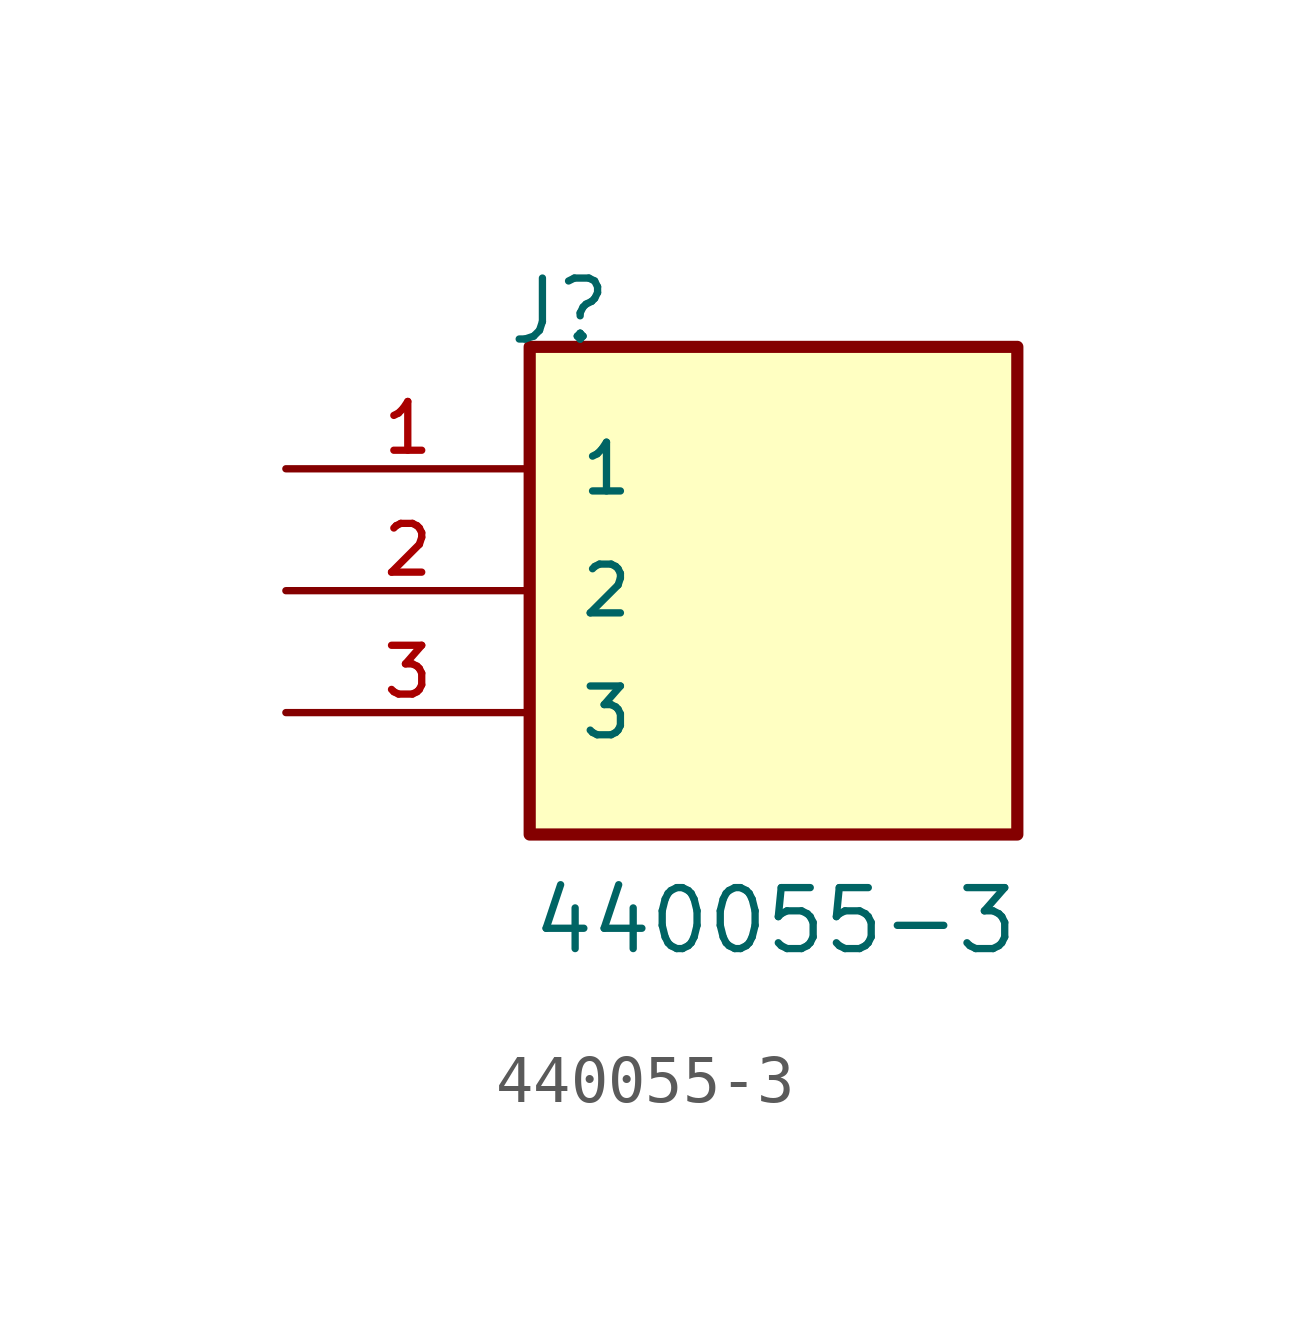
<source format=kicad_sym>
(kicad_symbol_lib
  (version 20211014)
  (generator kicad_symbol_editor)
  (symbol "440055-3"
    (pin_names
      (offset 1.016))
    (property "Reference" "J"
      (at -5.58 5.08 0)
      (effects (font (size 1.27 1.27)) (justify bottom left)))
    (property "Value" "440055-3"
      (at -5.08 -7.62 0)
      (effects (font (size 1.27 1.27)) (justify bottom left)))
    (symbol "440055-3_0_0"
      (rectangle (start -5.08 -5.08) (end 5.08 5.08) (stroke (width 0.254)) (fill (type background)))
      (pin passive line (at -10.16 2.54 0) (length 5.08) (name "1" (effects (font (size 1.016 1.016)))) (number "1" (effects (font (size 1.016 1.016)))))
      (pin passive line (at -10.16 0.0 0) (length 5.08) (name "2" (effects (font (size 1.016 1.016)))) (number "2" (effects (font (size 1.016 1.016)))))
      (pin passive line (at -10.16 -2.54 0) (length 5.08) (name "3" (effects (font (size 1.016 1.016)))) (number "3" (effects (font (size 1.016 1.016))))))))
</source>
